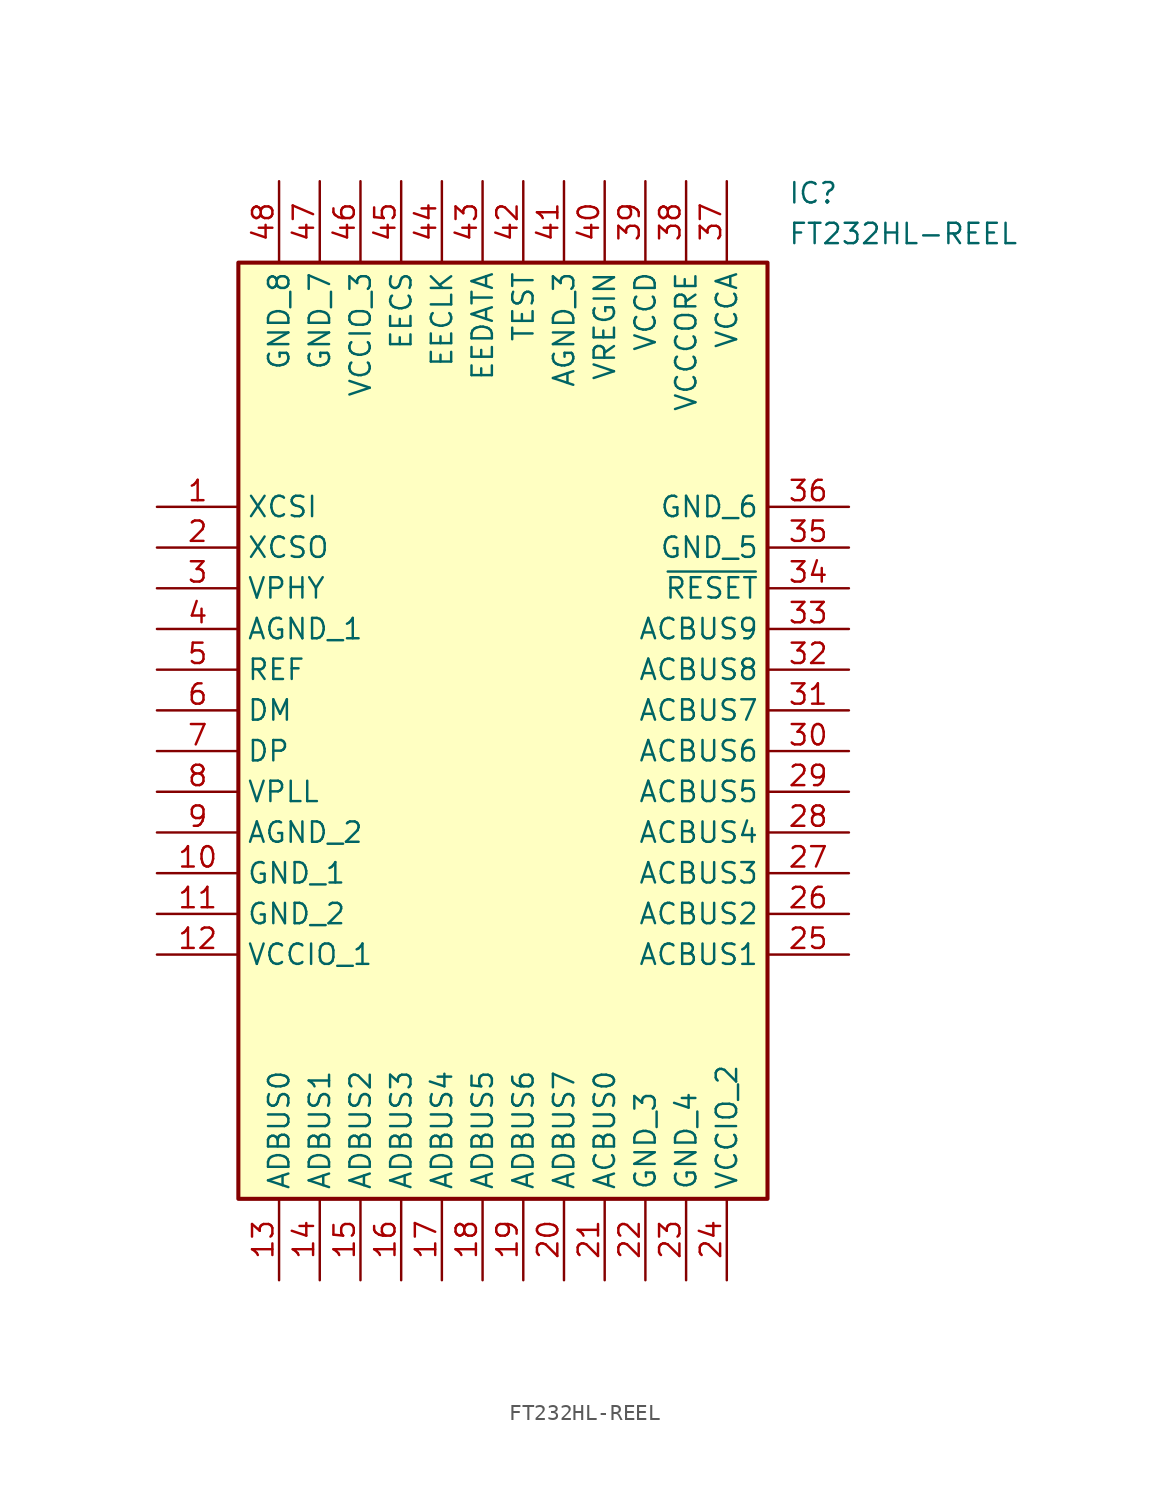
<source format=kicad_sym>
(kicad_symbol_lib
  (version 20211014)
  (generator SamacSys_ECAD_Model)
  (symbol "FT232HL-REEL"
    (property "Reference" "IC"
      (at 39.37 20.32 0)
      (effects (font (size 1.27 1.27)) (justify left top)))
    (property "Value" "FT232HL-REEL"
      (at 39.37 17.78 0)
      (effects (font (size 1.27 1.27)) (justify left top)))
    (rectangle
      (start 5.08 15.24)
      (end 38.1 -43.18)
      (stroke (width 0.254) (type default))
      (fill (type background)))
    (pin passive line
      (at 0 0 0)
      (length 5.08)
      (name "XCSI" (effects (font (size 1.27 1.27))))
      (number "1" (effects (font (size 1.27 1.27)))))
    (pin passive line
      (at 0 -2.54 0)
      (length 5.08)
      (name "XCSO" (effects (font (size 1.27 1.27))))
      (number "2" (effects (font (size 1.27 1.27)))))
    (pin passive line
      (at 0 -5.08 0)
      (length 5.08)
      (name "VPHY" (effects (font (size 1.27 1.27))))
      (number "3" (effects (font (size 1.27 1.27)))))
    (pin passive line
      (at 0 -7.62 0)
      (length 5.08)
      (name "AGND_1" (effects (font (size 1.27 1.27))))
      (number "4" (effects (font (size 1.27 1.27)))))
    (pin passive line
      (at 0 -10.16 0)
      (length 5.08)
      (name "REF" (effects (font (size 1.27 1.27))))
      (number "5" (effects (font (size 1.27 1.27)))))
    (pin passive line
      (at 0 -12.7 0)
      (length 5.08)
      (name "DM" (effects (font (size 1.27 1.27))))
      (number "6" (effects (font (size 1.27 1.27)))))
    (pin passive line
      (at 0 -15.24 0)
      (length 5.08)
      (name "DP" (effects (font (size 1.27 1.27))))
      (number "7" (effects (font (size 1.27 1.27)))))
    (pin passive line
      (at 0 -17.78 0)
      (length 5.08)
      (name "VPLL" (effects (font (size 1.27 1.27))))
      (number "8" (effects (font (size 1.27 1.27)))))
    (pin passive line
      (at 0 -20.32 0)
      (length 5.08)
      (name "AGND_2" (effects (font (size 1.27 1.27))))
      (number "9" (effects (font (size 1.27 1.27)))))
    (pin passive line
      (at 0 -22.86 0)
      (length 5.08)
      (name "GND_1" (effects (font (size 1.27 1.27))))
      (number "10" (effects (font (size 1.27 1.27)))))
    (pin passive line
      (at 0 -25.4 0)
      (length 5.08)
      (name "GND_2" (effects (font (size 1.27 1.27))))
      (number "11" (effects (font (size 1.27 1.27)))))
    (pin passive line
      (at 0 -27.94 0)
      (length 5.08)
      (name "VCCIO_1" (effects (font (size 1.27 1.27))))
      (number "12" (effects (font (size 1.27 1.27)))))
    (pin passive line
      (at 7.62 -48.26 90)
      (length 5.08)
      (name "ADBUS0" (effects (font (size 1.27 1.27))))
      (number "13" (effects (font (size 1.27 1.27)))))
    (pin passive line
      (at 10.16 -48.26 90)
      (length 5.08)
      (name "ADBUS1" (effects (font (size 1.27 1.27))))
      (number "14" (effects (font (size 1.27 1.27)))))
    (pin passive line
      (at 12.7 -48.26 90)
      (length 5.08)
      (name "ADBUS2" (effects (font (size 1.27 1.27))))
      (number "15" (effects (font (size 1.27 1.27)))))
    (pin passive line
      (at 15.24 -48.26 90)
      (length 5.08)
      (name "ADBUS3" (effects (font (size 1.27 1.27))))
      (number "16" (effects (font (size 1.27 1.27)))))
    (pin passive line
      (at 17.78 -48.26 90)
      (length 5.08)
      (name "ADBUS4" (effects (font (size 1.27 1.27))))
      (number "17" (effects (font (size 1.27 1.27)))))
    (pin passive line
      (at 20.32 -48.26 90)
      (length 5.08)
      (name "ADBUS5" (effects (font (size 1.27 1.27))))
      (number "18" (effects (font (size 1.27 1.27)))))
    (pin passive line
      (at 22.86 -48.26 90)
      (length 5.08)
      (name "ADBUS6" (effects (font (size 1.27 1.27))))
      (number "19" (effects (font (size 1.27 1.27)))))
    (pin passive line
      (at 25.4 -48.26 90)
      (length 5.08)
      (name "ADBUS7" (effects (font (size 1.27 1.27))))
      (number "20" (effects (font (size 1.27 1.27)))))
    (pin passive line
      (at 27.94 -48.26 90)
      (length 5.08)
      (name "ACBUS0" (effects (font (size 1.27 1.27))))
      (number "21" (effects (font (size 1.27 1.27)))))
    (pin passive line
      (at 30.48 -48.26 90)
      (length 5.08)
      (name "GND_3" (effects (font (size 1.27 1.27))))
      (number "22" (effects (font (size 1.27 1.27)))))
    (pin passive line
      (at 33.02 -48.26 90)
      (length 5.08)
      (name "GND_4" (effects (font (size 1.27 1.27))))
      (number "23" (effects (font (size 1.27 1.27)))))
    (pin passive line
      (at 35.56 -48.26 90)
      (length 5.08)
      (name "VCCIO_2" (effects (font (size 1.27 1.27))))
      (number "24" (effects (font (size 1.27 1.27)))))
    (pin passive line
      (at 43.18 0 180)
      (length 5.08)
      (name "GND_6" (effects (font (size 1.27 1.27))))
      (number "36" (effects (font (size 1.27 1.27)))))
    (pin passive line
      (at 43.18 -2.54 180)
      (length 5.08)
      (name "GND_5" (effects (font (size 1.27 1.27))))
      (number "35" (effects (font (size 1.27 1.27)))))
    (pin passive line
      (at 43.18 -5.08 180)
      (length 5.08)
      (name "~{RESET}" (effects (font (size 1.27 1.27))))
      (number "34" (effects (font (size 1.27 1.27)))))
    (pin passive line
      (at 43.18 -7.62 180)
      (length 5.08)
      (name "ACBUS9" (effects (font (size 1.27 1.27))))
      (number "33" (effects (font (size 1.27 1.27)))))
    (pin passive line
      (at 43.18 -10.16 180)
      (length 5.08)
      (name "ACBUS8" (effects (font (size 1.27 1.27))))
      (number "32" (effects (font (size 1.27 1.27)))))
    (pin passive line
      (at 43.18 -12.7 180)
      (length 5.08)
      (name "ACBUS7" (effects (font (size 1.27 1.27))))
      (number "31" (effects (font (size 1.27 1.27)))))
    (pin passive line
      (at 43.18 -15.24 180)
      (length 5.08)
      (name "ACBUS6" (effects (font (size 1.27 1.27))))
      (number "30" (effects (font (size 1.27 1.27)))))
    (pin passive line
      (at 43.18 -17.78 180)
      (length 5.08)
      (name "ACBUS5" (effects (font (size 1.27 1.27))))
      (number "29" (effects (font (size 1.27 1.27)))))
    (pin passive line
      (at 43.18 -20.32 180)
      (length 5.08)
      (name "ACBUS4" (effects (font (size 1.27 1.27))))
      (number "28" (effects (font (size 1.27 1.27)))))
    (pin passive line
      (at 43.18 -22.86 180)
      (length 5.08)
      (name "ACBUS3" (effects (font (size 1.27 1.27))))
      (number "27" (effects (font (size 1.27 1.27)))))
    (pin passive line
      (at 43.18 -25.4 180)
      (length 5.08)
      (name "ACBUS2" (effects (font (size 1.27 1.27))))
      (number "26" (effects (font (size 1.27 1.27)))))
    (pin passive line
      (at 43.18 -27.94 180)
      (length 5.08)
      (name "ACBUS1" (effects (font (size 1.27 1.27))))
      (number "25" (effects (font (size 1.27 1.27)))))
    (pin passive line
      (at 7.62 20.32 270)
      (length 5.08)
      (name "GND_8" (effects (font (size 1.27 1.27))))
      (number "48" (effects (font (size 1.27 1.27)))))
    (pin passive line
      (at 10.16 20.32 270)
      (length 5.08)
      (name "GND_7" (effects (font (size 1.27 1.27))))
      (number "47" (effects (font (size 1.27 1.27)))))
    (pin passive line
      (at 12.7 20.32 270)
      (length 5.08)
      (name "VCCIO_3" (effects (font (size 1.27 1.27))))
      (number "46" (effects (font (size 1.27 1.27)))))
    (pin passive line
      (at 15.24 20.32 270)
      (length 5.08)
      (name "EECS" (effects (font (size 1.27 1.27))))
      (number "45" (effects (font (size 1.27 1.27)))))
    (pin passive line
      (at 17.78 20.32 270)
      (length 5.08)
      (name "EECLK" (effects (font (size 1.27 1.27))))
      (number "44" (effects (font (size 1.27 1.27)))))
    (pin passive line
      (at 20.32 20.32 270)
      (length 5.08)
      (name "EEDATA" (effects (font (size 1.27 1.27))))
      (number "43" (effects (font (size 1.27 1.27)))))
    (pin passive line
      (at 22.86 20.32 270)
      (length 5.08)
      (name "TEST" (effects (font (size 1.27 1.27))))
      (number "42" (effects (font (size 1.27 1.27)))))
    (pin passive line
      (at 25.4 20.32 270)
      (length 5.08)
      (name "AGND_3" (effects (font (size 1.27 1.27))))
      (number "41" (effects (font (size 1.27 1.27)))))
    (pin passive line
      (at 27.94 20.32 270)
      (length 5.08)
      (name "VREGIN" (effects (font (size 1.27 1.27))))
      (number "40" (effects (font (size 1.27 1.27)))))
    (pin passive line
      (at 30.48 20.32 270)
      (length 5.08)
      (name "VCCD" (effects (font (size 1.27 1.27))))
      (number "39" (effects (font (size 1.27 1.27)))))
    (pin passive line
      (at 33.02 20.32 270)
      (length 5.08)
      (name "VCCCORE" (effects (font (size 1.27 1.27))))
      (number "38" (effects (font (size 1.27 1.27)))))
    (pin passive line
      (at 35.56 20.32 270)
      (length 5.08)
      (name "VCCA" (effects (font (size 1.27 1.27))))
      (number "37" (effects (font (size 1.27 1.27)))))))
</source>
